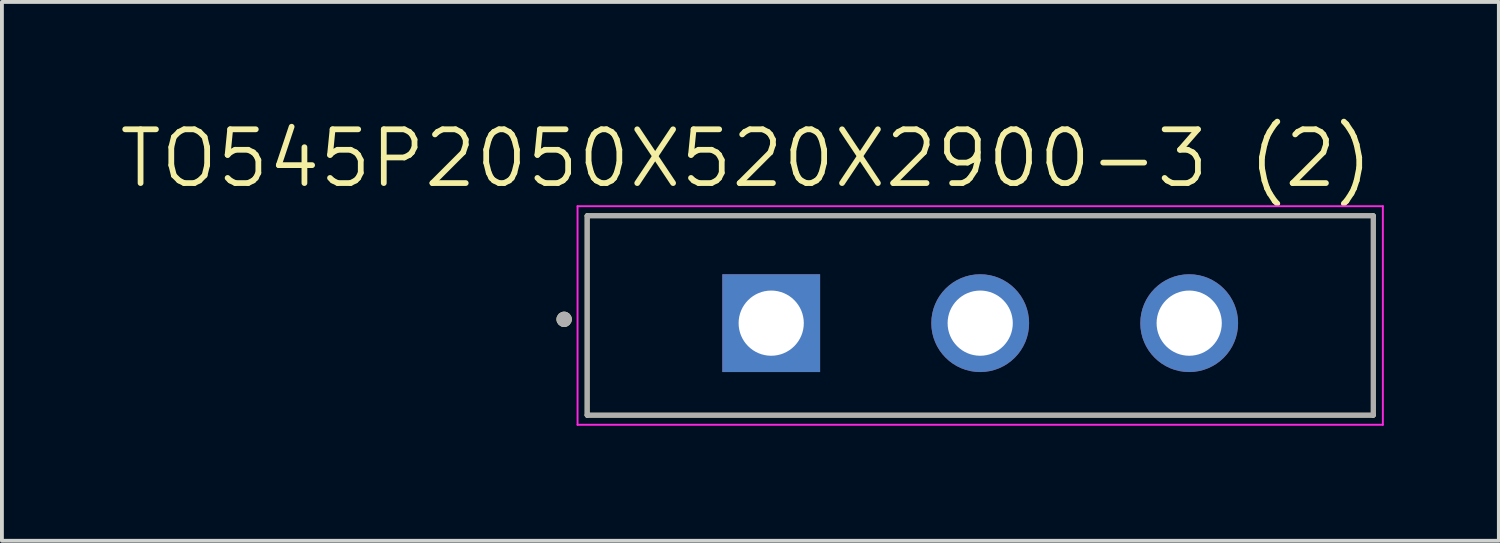
<source format=kicad_pcb>
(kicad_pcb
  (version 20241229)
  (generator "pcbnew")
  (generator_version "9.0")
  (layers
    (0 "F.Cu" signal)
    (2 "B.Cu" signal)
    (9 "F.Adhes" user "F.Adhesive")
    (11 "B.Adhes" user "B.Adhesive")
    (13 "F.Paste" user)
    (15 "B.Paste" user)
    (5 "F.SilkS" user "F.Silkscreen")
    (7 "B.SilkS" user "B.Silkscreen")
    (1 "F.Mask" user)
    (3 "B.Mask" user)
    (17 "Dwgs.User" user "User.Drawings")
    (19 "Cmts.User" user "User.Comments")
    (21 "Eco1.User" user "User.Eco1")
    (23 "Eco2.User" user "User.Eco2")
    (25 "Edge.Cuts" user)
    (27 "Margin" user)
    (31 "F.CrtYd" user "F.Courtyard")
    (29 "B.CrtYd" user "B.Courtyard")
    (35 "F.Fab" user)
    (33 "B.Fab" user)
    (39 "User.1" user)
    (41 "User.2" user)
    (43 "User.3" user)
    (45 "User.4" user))
  (footprint "TO545P2050X520X2900-3 (2)"
    (layer "F.Cu")
    (at 17.061 5.377)
    (property "Reference" "TO545P2050X520X2900-3 (2)" (at -0.656 -4.294 0) (layer "F.SilkS") (effects (font (size 1.402 1.402) (thickness 0.15))))
    (attr through_hole)
    (fp_line (start -4.8 -2.8) (end 15.7 -2.8) (stroke (width 0.127) (type solid)) (layer "F.SilkS"))
    (fp_line (start -4.8 2.4) (end -4.8 -2.8) (stroke (width 0.127) (type solid)) (layer "F.SilkS"))
    (fp_line (start 15.7 -2.8) (end 15.7 2.4) (stroke (width 0.127) (type solid)) (layer "F.SilkS"))
    (fp_line (start 15.7 2.4) (end -4.8 2.4) (stroke (width 0.127) (type solid)) (layer "F.SilkS"))
    (fp_circle (center -5.4 -0.1) (end -5.3 -0.1) (stroke (width 0.2) (type solid)) (fill no) (layer "F.SilkS"))
    (fp_line (start -5.05 -3.05) (end 15.95 -3.05) (stroke (width 0.05) (type solid)) (layer "F.CrtYd"))
    (fp_line (start -5.05 2.65) (end -5.05 -3.05) (stroke (width 0.05) (type solid)) (layer "F.CrtYd"))
    (fp_line (start 15.95 -3.05) (end 15.95 2.65) (stroke (width 0.05) (type solid)) (layer "F.CrtYd"))
    (fp_line (start 15.95 2.65) (end -5.05 2.65) (stroke (width 0.05) (type solid)) (layer "F.CrtYd"))
    (fp_line (start -4.8 -2.8) (end 15.7 -2.8) (stroke (width 0.127) (type solid)) (layer "F.Fab"))
    (fp_line (start -4.8 2.4) (end -4.8 -2.8) (stroke (width 0.127) (type solid)) (layer "F.Fab"))
    (fp_line (start 15.7 -2.8) (end 15.7 2.4) (stroke (width 0.127) (type solid)) (layer "F.Fab"))
    (fp_line (start 15.7 2.4) (end -4.8 2.4) (stroke (width 0.127) (type solid)) (layer "F.Fab"))
    (fp_circle (center -5.4 -0.1) (end -5.3 -0.1) (stroke (width 0.2) (type solid)) (fill no) (layer "F.Fab"))
    (pad "1" thru_hole rect (at 0 0) (size 2.55 2.55) (drill 1.7) (layers "*.Cu" "*.Mask"))
    (pad "2" thru_hole circle (at 5.45 0) (size 2.55 2.55) (drill 1.7) (layers "*.Cu" "*.Mask"))
    (pad "3" thru_hole circle (at 10.9 0) (size 2.55 2.55) (drill 1.7) (layers "*.Cu" "*.Mask")))
  (gr_rect
    (start -3 -3)
    (end 36.036 11.052)
    (stroke (width 0.1) (type default))
    (fill no)
    (layer "Edge.Cuts")))
</source>
